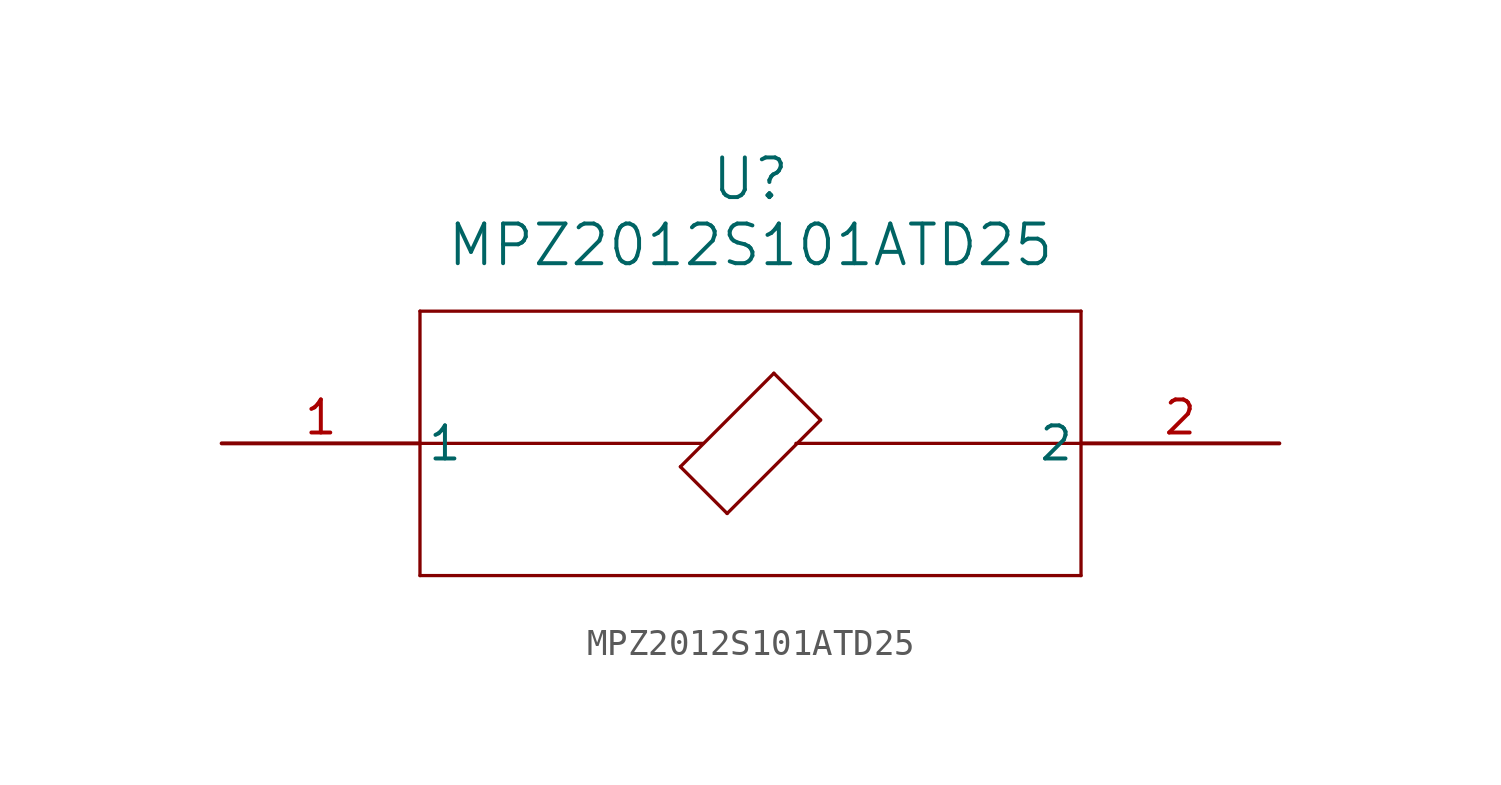
<source format=kicad_sym>
(kicad_symbol_lib
  (version 20231120)
  (generator "kicad_symbol_editor")
  (generator_version "8.0")
  (symbol "MPZ2012S101ATD25"
    (pin_names
      (offset 0.254))
    (property "Reference" "U"
      (at 20.32 10.16 0)
      (effects (font (size 1.524 1.524))))
    (property "Value" "MPZ2012S101ATD25"
      (at 20.32 7.62 0)
      (effects (font (size 1.524 1.524))))
    (property "ki_locked" ""
      (at 0 0 0)
      (effects (font (size 1.27 1.27))))
    (symbol "MPZ2012S101ATD25_0_1"
      (polyline (pts (xy 7.62 -5.08) (xy 33.02 -5.08)) (stroke (width 0.127) (type default)) (fill (type none)))
      (polyline (pts (xy 7.62 0) (xy 18.494 0)) (stroke (width 0.127) (type default)) (fill (type none)))
      (polyline (pts (xy 7.62 5.08) (xy 7.62 -5.08)) (stroke (width 0.127) (type default)) (fill (type none)))
      (polyline (pts (xy 19.422 -2.694) (xy 17.626 -0.898)) (stroke (width 0.127) (type default)) (fill (type none)))
      (polyline (pts (xy 21.218 2.694) (xy 17.626 -0.898)) (stroke (width 0.127) (type default)) (fill (type none)))
      (polyline (pts (xy 22.066 0) (xy 33.02 0)) (stroke (width 0.127) (type default)) (fill (type none)))
      (polyline (pts (xy 23.014 0.898) (xy 19.422 -2.694)) (stroke (width 0.127) (type default)) (fill (type none)))
      (polyline (pts (xy 23.014 0.898) (xy 21.218 2.694)) (stroke (width 0.127) (type default)) (fill (type none)))
      (polyline (pts (xy 33.02 -5.08) (xy 33.02 5.08)) (stroke (width 0.127) (type default)) (fill (type none)))
      (polyline (pts (xy 33.02 5.08) (xy 7.62 5.08)) (stroke (width 0.127) (type default)) (fill (type none)))
      (pin unspecified line (at 0 0 0) (length 7.62) (name "1" (effects (font (size 1.27 1.27)))) (number "1" (effects (font (size 1.27 1.27)))))
      (pin unspecified line (at 40.64 0 180) (length 7.62) (name "2" (effects (font (size 1.27 1.27)))) (number "2" (effects (font (size 1.27 1.27))))))))
</source>
